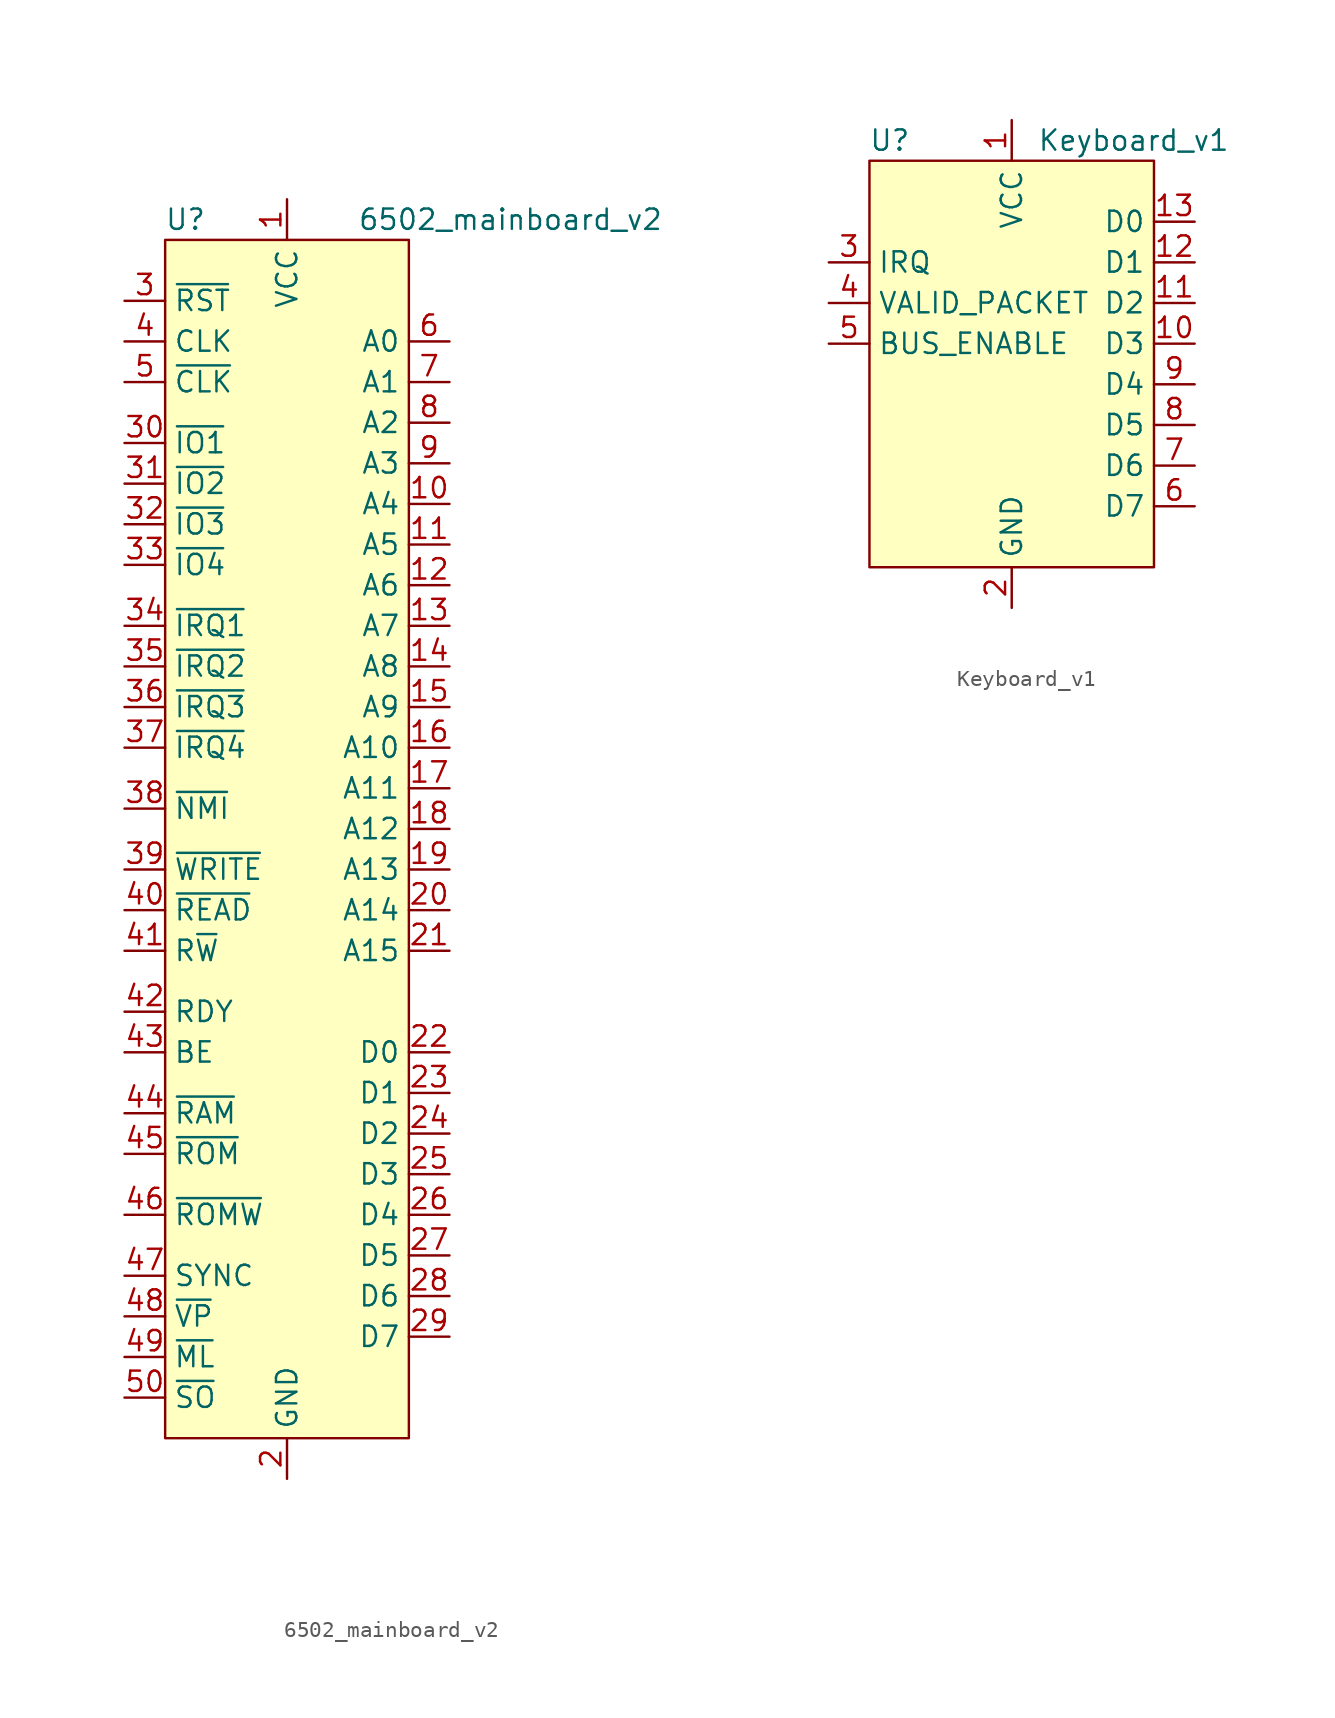
<source format=kicad_sym>
(kicad_symbol_lib
  (version 20211014)
  (generator kicad_symbol_editor)
  (symbol "6502_mainboard_v2"
    (property "Reference" "U"
      (at -6.35 17.78 0)
      (effects (font (size 1.27 1.27))))
    (property "Value" "6502_mainboard_v2"
      (at 13.97 17.78 0)
      (effects (font (size 1.27 1.27))))
    (symbol "6502_mainboard_v2_0_1"
      (rectangle (start -7.62 16.51) (end 7.62 -58.42) (stroke (width 0) (type default) (color 0 0 0 0)) (fill (type background))))
    (symbol "6502_mainboard_v2_1_1"
      (pin power_in line (at 0 19.05 270) (length 2.54) (name "VCC" (effects (font (size 1.27 1.27)))) (number "1" (effects (font (size 1.27 1.27)))))
      (pin bidirectional line (at 10.16 0 180) (length 2.54) (name "A4" (effects (font (size 1.27 1.27)))) (number "10" (effects (font (size 1.27 1.27)))))
      (pin bidirectional line (at 10.16 -2.54 180) (length 2.54) (name "A5" (effects (font (size 1.27 1.27)))) (number "11" (effects (font (size 1.27 1.27)))))
      (pin bidirectional line (at 10.16 -5.08 180) (length 2.54) (name "A6" (effects (font (size 1.27 1.27)))) (number "12" (effects (font (size 1.27 1.27)))))
      (pin bidirectional line (at 10.16 -7.62 180) (length 2.54) (name "A7" (effects (font (size 1.27 1.27)))) (number "13" (effects (font (size 1.27 1.27)))))
      (pin bidirectional line (at 10.16 -10.16 180) (length 2.54) (name "A8" (effects (font (size 1.27 1.27)))) (number "14" (effects (font (size 1.27 1.27)))))
      (pin bidirectional line (at 10.16 -12.7 180) (length 2.54) (name "A9" (effects (font (size 1.27 1.27)))) (number "15" (effects (font (size 1.27 1.27)))))
      (pin bidirectional line (at 10.16 -15.24 180) (length 2.54) (name "A10" (effects (font (size 1.27 1.27)))) (number "16" (effects (font (size 1.27 1.27)))))
      (pin bidirectional line (at 10.16 -17.78 180) (length 2.54) (name "A11" (effects (font (size 1.27 1.27)))) (number "17" (effects (font (size 1.27 1.27)))))
      (pin bidirectional line (at 10.16 -20.32 180) (length 2.54) (name "A12" (effects (font (size 1.27 1.27)))) (number "18" (effects (font (size 1.27 1.27)))))
      (pin bidirectional line (at 10.16 -22.86 180) (length 2.54) (name "A13" (effects (font (size 1.27 1.27)))) (number "19" (effects (font (size 1.27 1.27)))))
      (pin power_in line (at 0 -60.96 90) (length 2.54) (name "GND" (effects (font (size 1.27 1.27)))) (number "2" (effects (font (size 1.27 1.27)))))
      (pin bidirectional line (at 10.16 -25.4 180) (length 2.54) (name "A14" (effects (font (size 1.27 1.27)))) (number "20" (effects (font (size 1.27 1.27)))))
      (pin bidirectional line (at 10.16 -27.94 180) (length 2.54) (name "A15" (effects (font (size 1.27 1.27)))) (number "21" (effects (font (size 1.27 1.27)))))
      (pin bidirectional line (at 10.16 -34.29 180) (length 2.54) (name "D0" (effects (font (size 1.27 1.27)))) (number "22" (effects (font (size 1.27 1.27)))))
      (pin bidirectional line (at 10.16 -36.83 180) (length 2.54) (name "D1" (effects (font (size 1.27 1.27)))) (number "23" (effects (font (size 1.27 1.27)))))
      (pin bidirectional line (at 10.16 -39.37 180) (length 2.54) (name "D2" (effects (font (size 1.27 1.27)))) (number "24" (effects (font (size 1.27 1.27)))))
      (pin bidirectional line (at 10.16 -41.91 180) (length 2.54) (name "D3" (effects (font (size 1.27 1.27)))) (number "25" (effects (font (size 1.27 1.27)))))
      (pin bidirectional line (at 10.16 -44.45 180) (length 2.54) (name "D4" (effects (font (size 1.27 1.27)))) (number "26" (effects (font (size 1.27 1.27)))))
      (pin bidirectional line (at 10.16 -46.99 180) (length 2.54) (name "D5" (effects (font (size 1.27 1.27)))) (number "27" (effects (font (size 1.27 1.27)))))
      (pin bidirectional line (at 10.16 -49.53 180) (length 2.54) (name "D6" (effects (font (size 1.27 1.27)))) (number "28" (effects (font (size 1.27 1.27)))))
      (pin bidirectional line (at 10.16 -52.07 180) (length 2.54) (name "D7" (effects (font (size 1.27 1.27)))) (number "29" (effects (font (size 1.27 1.27)))))
      (pin bidirectional line (at -10.16 12.7 0) (length 2.54) (name "~{RST}" (effects (font (size 1.27 1.27)))) (number "3" (effects (font (size 1.27 1.27)))))
      (pin output line (at -10.16 3.81 0) (length 2.54) (name "~{IO1}" (effects (font (size 1.27 1.27)))) (number "30" (effects (font (size 1.27 1.27)))))
      (pin output line (at -10.16 1.27 0) (length 2.54) (name "~{IO2}" (effects (font (size 1.27 1.27)))) (number "31" (effects (font (size 1.27 1.27)))))
      (pin output line (at -10.16 -1.27 0) (length 2.54) (name "~{IO3}" (effects (font (size 1.27 1.27)))) (number "32" (effects (font (size 1.27 1.27)))))
      (pin output line (at -10.16 -3.81 0) (length 2.54) (name "~{IO4}" (effects (font (size 1.27 1.27)))) (number "33" (effects (font (size 1.27 1.27)))))
      (pin input line (at -10.16 -7.62 0) (length 2.54) (name "~{IRQ1}" (effects (font (size 1.27 1.27)))) (number "34" (effects (font (size 1.27 1.27)))))
      (pin input line (at -10.16 -10.16 0) (length 2.54) (name "~{IRQ2}" (effects (font (size 1.27 1.27)))) (number "35" (effects (font (size 1.27 1.27)))))
      (pin input line (at -10.16 -12.7 0) (length 2.54) (name "~{IRQ3}" (effects (font (size 1.27 1.27)))) (number "36" (effects (font (size 1.27 1.27)))))
      (pin input line (at -10.16 -15.24 0) (length 2.54) (name "~{IRQ4}" (effects (font (size 1.27 1.27)))) (number "37" (effects (font (size 1.27 1.27)))))
      (pin input line (at -10.16 -19.05 0) (length 2.54) (name "~{NMI}" (effects (font (size 1.27 1.27)))) (number "38" (effects (font (size 1.27 1.27)))))
      (pin output line (at -10.16 -22.86 0) (length 2.54) (name "~{WRITE}" (effects (font (size 1.27 1.27)))) (number "39" (effects (font (size 1.27 1.27)))))
      (pin bidirectional line (at -10.16 10.16 0) (length 2.54) (name "CLK" (effects (font (size 1.27 1.27)))) (number "4" (effects (font (size 1.27 1.27)))))
      (pin output line (at -10.16 -25.4 0) (length 2.54) (name "~{READ}" (effects (font (size 1.27 1.27)))) (number "40" (effects (font (size 1.27 1.27)))))
      (pin bidirectional line (at -10.16 -27.94 0) (length 2.54) (name "R~{W}" (effects (font (size 1.27 1.27)))) (number "41" (effects (font (size 1.27 1.27)))))
      (pin bidirectional line (at -10.16 -31.75 0) (length 2.54) (name "RDY" (effects (font (size 1.27 1.27)))) (number "42" (effects (font (size 1.27 1.27)))))
      (pin input line (at -10.16 -34.29 0) (length 2.54) (name "BE" (effects (font (size 1.27 1.27)))) (number "43" (effects (font (size 1.27 1.27)))))
      (pin output line (at -10.16 -38.1 0) (length 2.54) (name "~{RAM}" (effects (font (size 1.27 1.27)))) (number "44" (effects (font (size 1.27 1.27)))))
      (pin output line (at -10.16 -40.64 0) (length 2.54) (name "~{ROM}" (effects (font (size 1.27 1.27)))) (number "45" (effects (font (size 1.27 1.27)))))
      (pin input line (at -10.16 -44.45 0) (length 2.54) (name "~{ROMW}" (effects (font (size 1.27 1.27)))) (number "46" (effects (font (size 1.27 1.27)))))
      (pin output line (at -10.16 -48.26 0) (length 2.54) (name "SYNC" (effects (font (size 1.27 1.27)))) (number "47" (effects (font (size 1.27 1.27)))))
      (pin output line (at -10.16 -50.8 0) (length 2.54) (name "~{VP}" (effects (font (size 1.27 1.27)))) (number "48" (effects (font (size 1.27 1.27)))))
      (pin output line (at -10.16 -53.34 0) (length 2.54) (name "~{ML}" (effects (font (size 1.27 1.27)))) (number "49" (effects (font (size 1.27 1.27)))))
      (pin output line (at -10.16 7.62 0) (length 2.54) (name "~{CLK}" (effects (font (size 1.27 1.27)))) (number "5" (effects (font (size 1.27 1.27)))))
      (pin input line (at -10.16 -55.88 0) (length 2.54) (name "~{SO}" (effects (font (size 1.27 1.27)))) (number "50" (effects (font (size 1.27 1.27)))))
      (pin bidirectional line (at 10.16 10.16 180) (length 2.54) (name "A0" (effects (font (size 1.27 1.27)))) (number "6" (effects (font (size 1.27 1.27)))))
      (pin bidirectional line (at 10.16 7.62 180) (length 2.54) (name "A1" (effects (font (size 1.27 1.27)))) (number "7" (effects (font (size 1.27 1.27)))))
      (pin bidirectional line (at 10.16 5.08 180) (length 2.54) (name "A2" (effects (font (size 1.27 1.27)))) (number "8" (effects (font (size 1.27 1.27)))))
      (pin bidirectional line (at 10.16 2.54 180) (length 2.54) (name "A3" (effects (font (size 1.27 1.27)))) (number "9" (effects (font (size 1.27 1.27)))))))
  (symbol "Keyboard_v1"
    (property "Reference" "U"
      (at -7.62 5.08 0)
      (effects (font (size 1.27 1.27))))
    (property "Value" "Keyboard_v1"
      (at 7.62 5.08 0)
      (effects (font (size 1.27 1.27))))
    (symbol "Keyboard_v1_0_1"
      (rectangle (start -8.89 3.81) (end 8.89 -21.59) (stroke (width 0) (type default) (color 0 0 0 0)) (fill (type background))))
    (symbol "Keyboard_v1_1_1"
      (pin power_in line (at 0 6.35 270) (length 2.54) (name "VCC" (effects (font (size 1.27 1.27)))) (number "1" (effects (font (size 1.27 1.27)))))
      (pin bidirectional line (at 11.43 -7.62 180) (length 2.54) (name "D3" (effects (font (size 1.27 1.27)))) (number "10" (effects (font (size 1.27 1.27)))))
      (pin bidirectional line (at 11.43 -5.08 180) (length 2.54) (name "D2" (effects (font (size 1.27 1.27)))) (number "11" (effects (font (size 1.27 1.27)))))
      (pin bidirectional line (at 11.43 -2.54 180) (length 2.54) (name "D1" (effects (font (size 1.27 1.27)))) (number "12" (effects (font (size 1.27 1.27)))))
      (pin bidirectional line (at 11.43 0 180) (length 2.54) (name "D0" (effects (font (size 1.27 1.27)))) (number "13" (effects (font (size 1.27 1.27)))))
      (pin power_in line (at 0 -24.13 90) (length 2.54) (name "GND" (effects (font (size 1.27 1.27)))) (number "2" (effects (font (size 1.27 1.27)))))
      (pin output line (at -11.43 -2.54 0) (length 2.54) (name "IRQ" (effects (font (size 1.27 1.27)))) (number "3" (effects (font (size 1.27 1.27)))))
      (pin output line (at -11.43 -5.08 0) (length 2.54) (name "VALID_PACKET" (effects (font (size 1.27 1.27)))) (number "4" (effects (font (size 1.27 1.27)))))
      (pin input line (at -11.43 -7.62 0) (length 2.54) (name "BUS_ENABLE" (effects (font (size 1.27 1.27)))) (number "5" (effects (font (size 1.27 1.27)))))
      (pin bidirectional line (at 11.43 -17.78 180) (length 2.54) (name "D7" (effects (font (size 1.27 1.27)))) (number "6" (effects (font (size 1.27 1.27)))))
      (pin bidirectional line (at 11.43 -15.24 180) (length 2.54) (name "D6" (effects (font (size 1.27 1.27)))) (number "7" (effects (font (size 1.27 1.27)))))
      (pin bidirectional line (at 11.43 -12.7 180) (length 2.54) (name "D5" (effects (font (size 1.27 1.27)))) (number "8" (effects (font (size 1.27 1.27)))))
      (pin bidirectional line (at 11.43 -10.16 180) (length 2.54) (name "D4" (effects (font (size 1.27 1.27)))) (number "9" (effects (font (size 1.27 1.27))))))))
</source>
